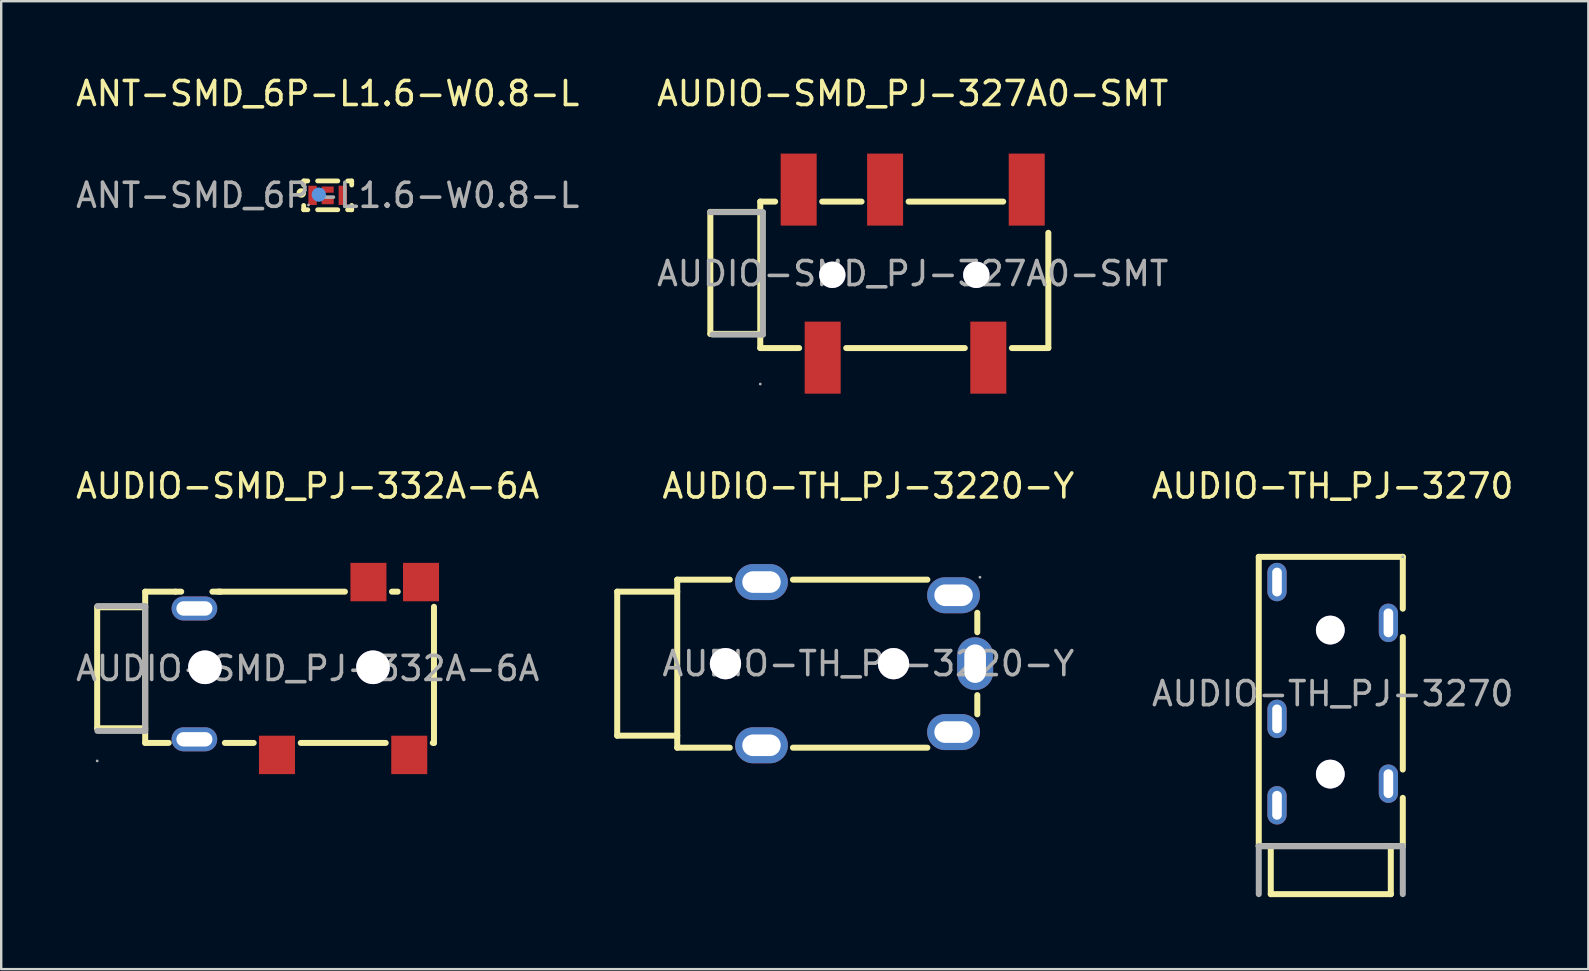
<source format=kicad_pcb>
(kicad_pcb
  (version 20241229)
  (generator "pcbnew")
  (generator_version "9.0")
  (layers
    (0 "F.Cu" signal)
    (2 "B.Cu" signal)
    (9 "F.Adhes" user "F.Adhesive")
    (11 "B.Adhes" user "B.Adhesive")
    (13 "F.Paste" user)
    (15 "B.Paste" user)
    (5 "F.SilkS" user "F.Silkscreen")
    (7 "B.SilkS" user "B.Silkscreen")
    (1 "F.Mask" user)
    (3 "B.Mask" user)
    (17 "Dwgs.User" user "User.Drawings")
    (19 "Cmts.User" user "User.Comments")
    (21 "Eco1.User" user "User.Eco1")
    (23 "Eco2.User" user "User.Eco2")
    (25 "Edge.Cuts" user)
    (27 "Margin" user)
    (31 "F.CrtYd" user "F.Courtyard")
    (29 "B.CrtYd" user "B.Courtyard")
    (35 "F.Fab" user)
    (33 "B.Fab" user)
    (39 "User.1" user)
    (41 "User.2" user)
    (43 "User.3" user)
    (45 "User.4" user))
  (footprint "AUDIO-SMD_PJ-327A0-SMT"
    (layer "F.Cu")
    (at 34.97 8.348)
    (property "Reference" "AUDIO-SMD_PJ-327A0-SMT" (at 0 -7.5 0) (layer "F.SilkS") (effects (font (size 1 1) (thickness 0.15))))
    (attr smd)
    (fp_line (start -8.43 -2.57) (end -6.4 -2.57) (stroke (width 0.25) (type solid)) (layer "F.SilkS"))
    (fp_line (start -8.43 2.51) (end -8.43 -2.57) (stroke (width 0.25) (type solid)) (layer "F.SilkS"))
    (fp_line (start -8.43 2.51) (end -6.4 2.51) (stroke (width 0.25) (type solid)) (layer "F.SilkS"))
    (fp_line (start -6.35 -3) (end -5.73 -3) (stroke (width 0.25) (type solid)) (layer "F.SilkS"))
    (fp_line (start -6.35 3.1) (end -6.35 -3) (stroke (width 0.25) (type solid)) (layer "F.SilkS"))
    (fp_line (start -4.73 3.1) (end -6.35 3.1) (stroke (width 0.25) (type solid)) (layer "F.SilkS"))
    (fp_line (start -3.77 -3) (end -2.13 -3) (stroke (width 0.25) (type solid)) (layer "F.SilkS"))
    (fp_line (start -0.17 -3) (end 3.77 -3) (stroke (width 0.25) (type solid)) (layer "F.SilkS"))
    (fp_line (start 2.17 3.1) (end -2.77 3.1) (stroke (width 0.25) (type solid)) (layer "F.SilkS"))
    (fp_line (start 5.65 3.1) (end 4.13 3.1) (stroke (width 0.25) (type solid)) (layer "F.SilkS"))
    (fp_line (start 5.65 3.1) (end 5.65 -1.7) (stroke (width 0.25) (type solid)) (layer "F.SilkS"))
    (fp_circle (center -3.35 0.05) (end -3.1 0.05) (stroke (width 0.5) (type solid)) (fill no) (layer "Cmts.User"))
    (fp_circle (center 2.65 0.05) (end 2.9 0.05) (stroke (width 0.5) (type solid)) (fill no) (layer "Cmts.User"))
    (fp_line (start -8.44 -2.56) (end -6.4 -2.56) (stroke (width 0.25) (type solid)) (layer "F.Fab"))
    (fp_line (start -6.4 -2.56) (end -6.24 -2.56) (stroke (width 0.25) (type solid)) (layer "F.Fab"))
    (fp_line (start -6.24 -2.56) (end -6.24 2.54) (stroke (width 0.25) (type solid)) (layer "F.Fab"))
    (fp_line (start -6.24 2.54) (end -8.34 2.54) (stroke (width 0.25) (type solid)) (layer "F.Fab"))
    (fp_circle (center -6.35 4.6) (end -6.32 4.6) (stroke (width 0.06) (type solid)) (fill no) (layer "F.Fab"))
    (fp_text user "${REFERENCE}" (at 0 0 0) (layer "F.Fab") (effects (font (size 1 1) (thickness 0.15))))
    (pad "" thru_hole circle (at -3.35 0.05) (size 1.1 1.1) (drill 1.1) (layers "*.Cu" "*.Mask"))
    (pad "" thru_hole circle (at 2.65 0.05) (size 1.1 1.1) (drill 1.1) (layers "*.Cu" "*.Mask"))
    (pad "2" smd rect (at 3.15 3.5 180) (size 1.5 3) (layers "F.Cu" "F.Mask" "F.Paste"))
    (pad "3" smd rect (at -3.75 3.5 180) (size 1.5 3) (layers "F.Cu" "F.Mask" "F.Paste"))
    (pad "4" smd rect (at -4.75 -3.5 180) (size 1.5 3) (layers "F.Cu" "F.Mask" "F.Paste"))
    (pad "5" smd rect (at -1.15 -3.5 180) (size 1.5 3) (layers "F.Cu" "F.Mask" "F.Paste"))
    (pad "6" smd rect (at 4.75 -3.5 180) (size 1.5 3) (layers "F.Cu" "F.Mask" "F.Paste")))
  (footprint "ANT-SMD_6P-L1.6-W0.8-L"
    (layer "F.Cu")
    (at 10.601 5.088)
    (property "Reference" "ANT-SMD_6P-L1.6-W0.8-L" (at 0 -4.24 0) (layer "F.SilkS") (effects (font (size 1 1) (thickness 0.15))))
    (attr smd)
    (fp_line (start -1 -0.6) (end -0.83 -0.6) (stroke (width 0.2) (type solid)) (layer "F.SilkS"))
    (fp_line (start -1 -0.43) (end -1 -0.6) (stroke (width 0.2) (type solid)) (layer "F.SilkS"))
    (fp_line (start -1 0.6) (end -1 0.42) (stroke (width 0.2) (type solid)) (layer "F.SilkS"))
    (fp_line (start -0.83 0.6) (end -1 0.6) (stroke (width 0.2) (type solid)) (layer "F.SilkS"))
    (fp_line (start -0.42 -0.6) (end 0.42 -0.6) (stroke (width 0.2) (type solid)) (layer "F.SilkS"))
    (fp_line (start 0.42 0.6) (end -0.42 0.6) (stroke (width 0.2) (type solid)) (layer "F.SilkS"))
    (fp_line (start 0.83 -0.6) (end 1 -0.6) (stroke (width 0.2) (type solid)) (layer "F.SilkS"))
    (fp_line (start 1 -0.6) (end 1 -0.43) (stroke (width 0.2) (type solid)) (layer "F.SilkS"))
    (fp_line (start 1 0.42) (end 1 0.6) (stroke (width 0.2) (type solid)) (layer "F.SilkS"))
    (fp_line (start 1 0.6) (end 0.83 0.6) (stroke (width 0.2) (type solid)) (layer "F.SilkS"))
    (fp_circle (center -1.1 -0.1) (end -1 -0.1) (stroke (width 0.2) (type solid)) (fill no) (layer "F.SilkS"))
    (fp_circle (center -0.37 -0.03) (end -0.22 -0.03) (stroke (width 0.3) (type solid)) (fill no) (layer "Cmts.User"))
    (fp_circle (center -0.8 0.4) (end -0.77 0.4) (stroke (width 0.06) (type solid)) (fill no) (layer "F.Fab"))
    (fp_text user "${REFERENCE}" (at 0 0 0) (layer "F.Fab") (effects (font (size 1 1) (thickness 0.15))))
    (pad "1" smd rect (at -0.63 0 90) (size 0.8 0.35) (layers "F.Cu" "F.Mask" "F.Paste"))
    (pad "2" smd rect (at 0 -0.24) (size 0.5 0.26) (layers "F.Cu" "F.Mask" "F.Paste"))
    (pad "4" smd rect (at 0.63 0 90) (size 0.8 0.35) (layers "F.Cu" "F.Mask" "F.Paste"))
    (pad "5" smd rect (at 0 0.24) (size 0.5 0.26) (layers "F.Cu" "F.Mask" "F.Paste")))
  (footprint "AUDIO-SMD_PJ-332A-6A"
    (layer "F.Cu")
    (at 9.768 24.797)
    (property "Reference" "AUDIO-SMD_PJ-332A-6A" (at 0 -7.6 0) (layer "F.SilkS") (effects (font (size 1 1) (thickness 0.15))))
    (attr smd)
    (fp_line (start -8.77 -2.55) (end -8.77 2.49) (stroke (width 0.25) (type solid)) (layer "F.SilkS"))
    (fp_line (start -8.77 2.49) (end -6.77 2.49) (stroke (width 0.25) (type solid)) (layer "F.SilkS"))
    (fp_line (start -6.77 -3.2) (end -6.77 3.1) (stroke (width 0.25) (type solid)) (layer "F.SilkS"))
    (fp_line (start -6.77 -3.2) (end -5.51 -3.2) (stroke (width 0.25) (type solid)) (layer "F.SilkS"))
    (fp_line (start -6.77 -2.55) (end -8.77 -2.55) (stroke (width 0.25) (type solid)) (layer "F.SilkS"))
    (fp_line (start -6.77 3.1) (end -5.79 3.1) (stroke (width 0.25) (type solid)) (layer "F.SilkS"))
    (fp_line (start -5.51 -3.2) (end -5.27 -3.2) (stroke (width 0.25) (type solid)) (layer "F.SilkS"))
    (fp_line (start -3.97 -3.2) (end -3.62 -3.2) (stroke (width 0.25) (type solid)) (layer "F.SilkS"))
    (fp_line (start -3.73 -3.2) (end 1.55 -3.2) (stroke (width 0.25) (type solid)) (layer "F.SilkS"))
    (fp_line (start -3.45 3.1) (end -2.25 3.1) (stroke (width 0.25) (type solid)) (layer "F.SilkS"))
    (fp_line (start -0.29 3.1) (end 3.25 3.1) (stroke (width 0.25) (type solid)) (layer "F.SilkS"))
    (fp_line (start 3.51 -3.2) (end 3.75 -3.2) (stroke (width 0.25) (type solid)) (layer "F.SilkS"))
    (fp_line (start 5.21 3.1) (end 5.26 3.1) (stroke (width 0.25) (type solid)) (layer "F.SilkS"))
    (fp_line (start 5.26 3.1) (end 5.26 -2.57) (stroke (width 0.25) (type solid)) (layer "F.SilkS"))
    (fp_circle (center -4.28 -0.05) (end -3.98 -0.05) (stroke (width 0.6) (type solid)) (fill no) (layer "Cmts.User"))
    (fp_circle (center 2.72 -0.05) (end 3.02 -0.05) (stroke (width 0.6) (type solid)) (fill no) (layer "Cmts.User"))
    (fp_line (start -6.77 -2.6) (end -8.76 -2.6) (stroke (width 0.25) (type solid)) (layer "F.Fab"))
    (fp_line (start -6.77 -2.6) (end -6.77 2.6) (stroke (width 0.25) (type solid)) (layer "F.Fab"))
    (fp_line (start -6.77 2.6) (end -8.76 2.6) (stroke (width 0.25) (type solid)) (layer "F.Fab"))
    (fp_circle (center -8.77 3.85) (end -8.74 3.85) (stroke (width 0.06) (type solid)) (fill no) (layer "F.Fab"))
    (fp_text user "${REFERENCE}" (at 0 0 0) (layer "F.Fab") (effects (font (size 1 1) (thickness 0.15))))
    (pad "" thru_hole circle (at -4.28 -0.05) (size 1.4 1.4) (drill 1.4) (layers "*.Cu" "*.Mask"))
    (pad "" thru_hole circle (at 2.72 -0.05) (size 1.4 1.4) (drill 1.4) (layers "*.Cu" "*.Mask"))
    (pad "1" thru_hole oval (at -4.72 2.95 90) (size 1 1.9) (drill oval 0.6 1.5) (layers "*.Cu" "*.Mask"))
    (pad "2" thru_hole oval (at -4.72 -2.5 90) (size 1 1.9) (drill oval 0.6 1.5) (layers "*.Cu" "*.Mask"))
    (pad "3" smd rect (at -1.28 3.6) (size 1.5 1.6) (layers "F.Cu" "F.Mask" "F.Paste"))
    (pad "4" smd rect (at 2.53 -3.6) (size 1.5 1.6) (layers "F.Cu" "F.Mask" "F.Paste"))
    (pad "5" smd rect (at 4.23 3.6) (size 1.5 1.6) (layers "F.Cu" "F.Mask" "F.Paste"))
    (pad "6" smd rect (at 4.72 -3.6) (size 1.5 1.6) (layers "F.Cu" "F.Mask" "F.Paste")))
  (footprint "AUDIO-TH_PJ-3270"
    (layer "F.Cu")
    (at 52.466 25.846)
    (property "Reference" "AUDIO-TH_PJ-3270" (at 0 -8.65 0) (layer "F.SilkS") (effects (font (size 1 1) (thickness 0.15))))
    (attr through_hole)
    (fp_line (start -3.08 -5.7) (end -3.08 6.35) (stroke (width 0.25) (type solid)) (layer "F.SilkS"))
    (fp_line (start -3.08 6.35) (end -2.58 6.35) (stroke (width 0.25) (type solid)) (layer "F.SilkS"))
    (fp_line (start -2.58 6.35) (end -2.58 8.35) (stroke (width 0.25) (type solid)) (layer "F.SilkS"))
    (fp_line (start -2.58 6.35) (end 2.42 6.35) (stroke (width 0.25) (type solid)) (layer "F.SilkS"))
    (fp_line (start -2.58 8.35) (end 2.42 8.35) (stroke (width 0.25) (type solid)) (layer "F.SilkS"))
    (fp_line (start 2.42 6.35) (end 2.92 6.35) (stroke (width 0.25) (type solid)) (layer "F.SilkS"))
    (fp_line (start 2.42 8.35) (end 2.42 6.35) (stroke (width 0.25) (type solid)) (layer "F.SilkS"))
    (fp_line (start 2.42 8.35) (end 2.42 8.34) (stroke (width 0.25) (type solid)) (layer "F.SilkS"))
    (fp_line (start 2.92 -5.7) (end -3.08 -5.7) (stroke (width 0.25) (type solid)) (layer "F.SilkS"))
    (fp_line (start 2.92 -3.54) (end 2.92 -5.7) (stroke (width 0.25) (type solid)) (layer "F.SilkS"))
    (fp_line (start 2.92 3.16) (end 2.92 -2.36) (stroke (width 0.25) (type solid)) (layer "F.SilkS"))
    (fp_line (start 2.92 6.35) (end 2.92 4.34) (stroke (width 0.25) (type solid)) (layer "F.SilkS"))
    (fp_circle (center -0.1 -2.65) (end 0.1 -2.65) (stroke (width 0.4) (type solid)) (fill no) (layer "Cmts.User"))
    (fp_circle (center -0.1 3.35) (end 0.1 3.35) (stroke (width 0.4) (type solid)) (fill no) (layer "Cmts.User"))
    (fp_line (start -3.08 6.35) (end -3.08 8.35) (stroke (width 0.25) (type solid)) (layer "F.Fab"))
    (fp_line (start 2.92 6.35) (end -3.08 6.35) (stroke (width 0.25) (type solid)) (layer "F.Fab"))
    (fp_line (start 2.92 6.35) (end 2.92 8.35) (stroke (width 0.25) (type solid)) (layer "F.Fab"))
    (fp_circle (center 2.92 -5.7) (end 2.95 -5.7) (stroke (width 0.06) (type solid)) (fill no) (layer "F.Fab"))
    (fp_text user "${REFERENCE}" (at 0 0 0) (layer "F.Fab") (effects (font (size 1 1) (thickness 0.15))))
    (pad "" thru_hole circle (at -0.1 -2.65) (size 1.2 1.2) (drill 1.2) (layers "*.Cu" "*.Mask"))
    (pad "" thru_hole circle (at -0.1 3.35) (size 1.2 1.2) (drill 1.2) (layers "*.Cu" "*.Mask"))
    (pad "2" thru_hole oval (at 2.32 -2.95 90) (size 1.6 0.8) (drill oval 1.2 0.4) (layers "*.Cu" "*.Mask"))
    (pad "3" thru_hole oval (at 2.32 3.75 90) (size 1.6 0.8) (drill oval 1.2 0.4) (layers "*.Cu" "*.Mask"))
    (pad "4" thru_hole oval (at -2.32 4.65 90) (size 1.6 0.8) (drill oval 1.2 0.4) (layers "*.Cu" "*.Mask"))
    (pad "5" thru_hole oval (at -2.32 1.05 90) (size 1.6 0.8) (drill oval 1.2 0.4) (layers "*.Cu" "*.Mask"))
    (pad "6" thru_hole oval (at -2.32 -4.65 90) (size 1.6 0.8) (drill oval 1.2 0.4) (layers "*.Cu" "*.Mask")))
  (footprint "AUDIO-TH_PJ-3220-Y"
    (layer "F.Cu")
    (at 33.121 24.596)
    (property "Reference" "AUDIO-TH_PJ-3220-Y" (at 0 -7.4 0) (layer "F.SilkS") (effects (font (size 1 1) (thickness 0.15))))
    (attr through_hole)
    (fp_line (start -10.46 -3) (end -7.96 -3) (stroke (width 0.25) (type solid)) (layer "F.SilkS"))
    (fp_line (start -10.46 3) (end -10.46 -3) (stroke (width 0.25) (type solid)) (layer "F.SilkS"))
    (fp_line (start -7.96 -3.5) (end -7.96 3.5) (stroke (width 0.25) (type solid)) (layer "F.SilkS"))
    (fp_line (start -7.96 -3.5) (end -5.77 -3.5) (stroke (width 0.25) (type solid)) (layer "F.SilkS"))
    (fp_line (start -7.96 3) (end -10.46 3) (stroke (width 0.25) (type solid)) (layer "F.SilkS"))
    (fp_line (start -7.96 3.5) (end -5.77 3.5) (stroke (width 0.25) (type solid)) (layer "F.SilkS"))
    (fp_line (start -3.14 -3.5) (end 2.46 -3.5) (stroke (width 0.25) (type solid)) (layer "F.SilkS"))
    (fp_line (start -3.14 3.5) (end 2.46 3.5) (stroke (width 0.25) (type solid)) (layer "F.SilkS"))
    (fp_line (start 4.54 -2.12) (end 4.54 -1.31) (stroke (width 0.25) (type solid)) (layer "F.SilkS"))
    (fp_line (start 4.54 1.31) (end 4.54 2.11) (stroke (width 0.25) (type solid)) (layer "F.SilkS"))
    (fp_circle (center -5.95 0) (end -5.7 0) (stroke (width 0.5) (type solid)) (fill no) (layer "Cmts.User"))
    (fp_circle (center 1.05 0) (end 1.3 0) (stroke (width 0.5) (type solid)) (fill no) (layer "Cmts.User"))
    (fp_circle (center 4.65 -3.6) (end 4.68 -3.6) (stroke (width 0.06) (type solid)) (fill no) (layer "F.Fab"))
    (fp_text user "${REFERENCE}" (at 0 0 0) (layer "F.Fab") (effects (font (size 1 1) (thickness 0.15))))
    (pad "" thru_hole circle (at -5.95 0) (size 1.3 1.3) (drill 1.3) (layers "*.Cu" "*.Mask"))
    (pad "" thru_hole circle (at 1.05 0) (size 1.3 1.3) (drill 1.3) (layers "*.Cu" "*.Mask"))
    (pad "1" thru_hole oval (at 4.45 0) (size 1.5 2.2) (drill oval 0.9 1.6) (layers "*.Cu" "*.Mask"))
    (pad "2" thru_hole oval (at 3.55 -2.85 90) (size 1.5 2.2) (drill oval 0.9 1.6) (layers "*.Cu" "*.Mask"))
    (pad "3" thru_hole oval (at -4.45 -3.4 90) (size 1.5 2.2) (drill oval 0.9 1.6) (layers "*.Cu" "*.Mask"))
    (pad "3" thru_hole oval (at -4.45 3.4 90) (size 1.5 2.2) (drill oval 0.9 1.6) (layers "*.Cu" "*.Mask"))
    (pad "4" thru_hole oval (at 3.55 2.85 270) (size 1.5 2.2) (drill oval 0.9 1.6) (layers "*.Cu" "*.Mask")))
  (gr_rect
    (start -3 -3)
    (end 63.115 37.322)
    (stroke (width 0.1) (type default))
    (fill no)
    (layer "Edge.Cuts")))
</source>
